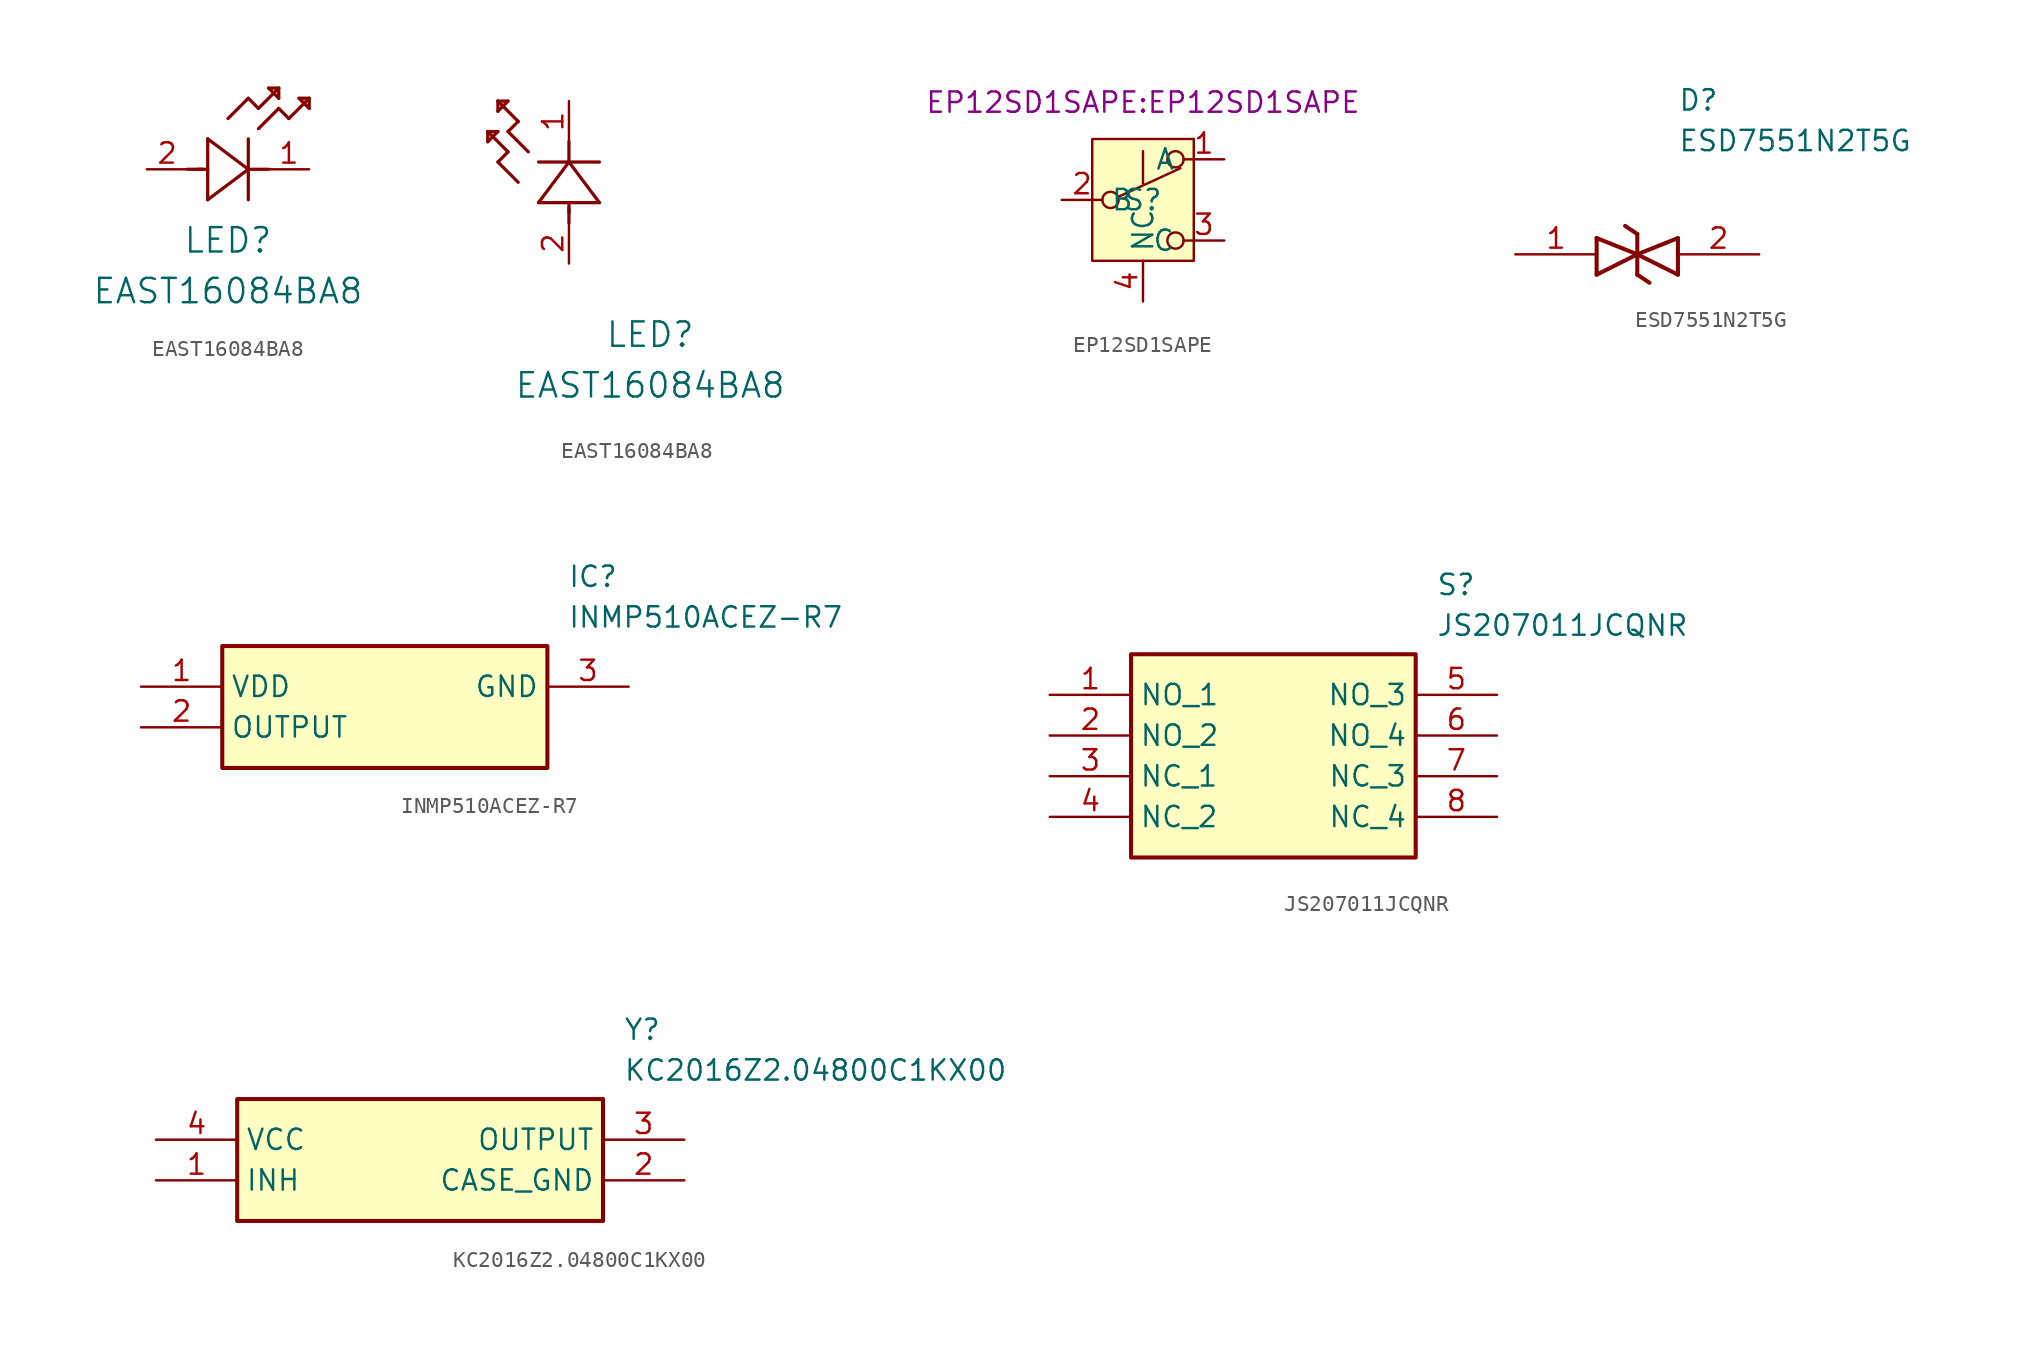
<source format=kicad_sym>
(kicad_symbol_lib
  (version 20231120)
  (generator "kicad_symbol_editor")
  (generator_version "8.0")
  (symbol "EAST16084BA8"
    (pin_names
      (offset 0.254))
    (property "Reference" "LED"
      (at 5.08 -4.445 0)
      (effects (font (size 1.524 1.524))))
    (property "Value" "EAST16084BA8"
      (at 5.08 -7.62 0)
      (effects (font (size 1.524 1.524))))
    (property "ki_locked" ""
      (at 0 0 0)
      (effects (font (size 1.27 1.27))))
    (symbol "EAST16084BA8_1_1"
      (polyline (pts (xy 2.54 0) (xy 3.48 0)) (stroke (width 0.203) (type default)) (fill (type none)))
      (polyline (pts (xy 3.175 0) (xy 3.81 0)) (stroke (width 0.203) (type default)) (fill (type none)))
      (polyline (pts (xy 3.81 -1.905) (xy 6.35 0)) (stroke (width 0.203) (type default)) (fill (type none)))
      (polyline (pts (xy 3.81 1.905) (xy 3.81 -1.905)) (stroke (width 0.203) (type default)) (fill (type none)))
      (polyline (pts (xy 5.08 3.175) (xy 6.35 4.445)) (stroke (width 0.203) (type default)) (fill (type none)))
      (polyline (pts (xy 6.35 -1.905) (xy 6.35 1.905)) (stroke (width 0.203) (type default)) (fill (type none)))
      (polyline (pts (xy 6.35 0) (xy 3.81 1.905)) (stroke (width 0.203) (type default)) (fill (type none)))
      (polyline (pts (xy 6.35 0) (xy 7.62 0)) (stroke (width 0.203) (type default)) (fill (type none)))
      (polyline (pts (xy 6.35 4.445) (xy 6.985 3.81)) (stroke (width 0.203) (type default)) (fill (type none)))
      (polyline (pts (xy 6.985 2.54) (xy 8.255 3.81)) (stroke (width 0.203) (type default)) (fill (type none)))
      (polyline (pts (xy 6.985 3.81) (xy 8.255 5.08)) (stroke (width 0.203) (type default)) (fill (type none)))
      (polyline (pts (xy 7.62 5.08) (xy 8.255 4.445)) (stroke (width 0.203) (type default)) (fill (type none)))
      (polyline (pts (xy 8.255 3.81) (xy 8.89 3.175)) (stroke (width 0.203) (type default)) (fill (type none)))
      (polyline (pts (xy 8.255 4.445) (xy 8.255 5.08)) (stroke (width 0.203) (type default)) (fill (type none)))
      (polyline (pts (xy 8.255 5.08) (xy 7.62 5.08)) (stroke (width 0.203) (type default)) (fill (type none)))
      (polyline (pts (xy 8.89 3.175) (xy 10.16 4.445)) (stroke (width 0.203) (type default)) (fill (type none)))
      (polyline (pts (xy 9.525 4.445) (xy 10.16 3.81)) (stroke (width 0.203) (type default)) (fill (type none)))
      (polyline (pts (xy 10.16 3.81) (xy 10.16 4.445)) (stroke (width 0.203) (type default)) (fill (type none)))
      (polyline (pts (xy 10.16 4.445) (xy 9.525 4.445)) (stroke (width 0.203) (type default)) (fill (type none)))
      (pin unspecified line (at 10.16 0 180) (length 2.54) (name "" (effects (font (size 1.27 1.27)))) (number "1" (effects (font (size 1.27 1.27)))))
      (pin unspecified line (at 0 0 0) (length 2.54) (name "" (effects (font (size 1.27 1.27)))) (number "2" (effects (font (size 1.27 1.27))))))
    (symbol "EAST16084BA8_1_2"
      (polyline (pts (xy -5.08 7.62) (xy -4.445 8.255)) (stroke (width 0.203) (type default)) (fill (type none)))
      (polyline (pts (xy -5.08 8.255) (xy -5.08 7.62)) (stroke (width 0.203) (type default)) (fill (type none)))
      (polyline (pts (xy -4.445 6.35) (xy -3.81 6.985)) (stroke (width 0.203) (type default)) (fill (type none)))
      (polyline (pts (xy -4.445 8.255) (xy -5.08 8.255)) (stroke (width 0.203) (type default)) (fill (type none)))
      (polyline (pts (xy -4.445 9.525) (xy -3.81 10.16)) (stroke (width 0.203) (type default)) (fill (type none)))
      (polyline (pts (xy -4.445 10.16) (xy -4.445 9.525)) (stroke (width 0.203) (type default)) (fill (type none)))
      (polyline (pts (xy -3.81 6.985) (xy -5.08 8.255)) (stroke (width 0.203) (type default)) (fill (type none)))
      (polyline (pts (xy -3.81 8.255) (xy -3.175 8.89)) (stroke (width 0.203) (type default)) (fill (type none)))
      (polyline (pts (xy -3.81 10.16) (xy -4.445 10.16)) (stroke (width 0.203) (type default)) (fill (type none)))
      (polyline (pts (xy -3.175 5.08) (xy -4.445 6.35)) (stroke (width 0.203) (type default)) (fill (type none)))
      (polyline (pts (xy -3.175 8.89) (xy -4.445 10.16)) (stroke (width 0.203) (type default)) (fill (type none)))
      (polyline (pts (xy -2.54 6.985) (xy -3.81 8.255)) (stroke (width 0.203) (type default)) (fill (type none)))
      (polyline (pts (xy -1.905 3.81) (xy 1.905 3.81)) (stroke (width 0.203) (type default)) (fill (type none)))
      (polyline (pts (xy 0 2.54) (xy 0 3.48)) (stroke (width 0.203) (type default)) (fill (type none)))
      (polyline (pts (xy 0 3.175) (xy 0 3.81)) (stroke (width 0.203) (type default)) (fill (type none)))
      (polyline (pts (xy 0 6.35) (xy -1.905 3.81)) (stroke (width 0.203) (type default)) (fill (type none)))
      (polyline (pts (xy 0 6.35) (xy 0 7.62)) (stroke (width 0.203) (type default)) (fill (type none)))
      (polyline (pts (xy 1.905 3.81) (xy 0 6.35)) (stroke (width 0.203) (type default)) (fill (type none)))
      (polyline (pts (xy 1.905 6.35) (xy -1.905 6.35)) (stroke (width 0.203) (type default)) (fill (type none)))
      (pin unspecified line (at 0 10.16 270) (length 2.54) (name "" (effects (font (size 1.27 1.27)))) (number "1" (effects (font (size 1.27 1.27)))))
      (pin unspecified line (at 0 0 90) (length 2.54) (name "" (effects (font (size 1.27 1.27)))) (number "2" (effects (font (size 1.27 1.27)))))))
  (symbol "EP12SD1SAPE"
    (property "Reference" "S"
      (at 0 0 0)
      (effects (font (size 1.27 1.27))))
    (property "Value" ""
      (at 0 0 0)
      (effects (font (size 1.27 1.27))))
    (property "Footprint" "EP12SD1SAPE:EP12SD1SAPE"
      (at 0 6.096 0)
      (effects (font (size 1.27 1.27))))
    (symbol "EP12SD1SAPE_0_0"
      (circle (center -2.032 0) (radius 0.508) (stroke (width 0) (type default)) (fill (type none)))
      (polyline (pts (xy 0 1.016) (xy 0 3.048)) (stroke (width 0) (type default)) (fill (type none)))
      (circle (center 2.032 -2.54) (radius 0.508) (stroke (width 0) (type default)) (fill (type none))))
    (symbol "EP12SD1SAPE_0_1"
      (polyline (pts (xy -1.524 0.203) (xy 2.337 1.981)) (stroke (width 0) (type default)) (fill (type none)))
      (circle (center 2.032 2.54) (radius 0.508) (stroke (width 0) (type default)) (fill (type none))))
    (symbol "EP12SD1SAPE_1_1"
      (rectangle (start -3.175 3.81) (end 3.175 -3.81) (stroke (width 0) (type default)) (fill (type background)))
      (pin passive line (at 5.08 2.54 180) (length 2.54) (name "A" (effects (font (size 1.27 1.27)))) (number "1" (effects (font (size 1.27 1.27)))))
      (pin passive line (at -5.08 0 0) (length 2.54) (name "B" (effects (font (size 1.27 1.27)))) (number "2" (effects (font (size 1.27 1.27)))))
      (pin passive line (at 5.08 -2.54 180) (length 2.54) (name "C" (effects (font (size 1.27 1.27)))) (number "3" (effects (font (size 1.27 1.27)))))
      (pin passive line (at 0 -6.35 90) (length 2.54) (name "NC" (effects (font (size 1.27 1.27)))) (number "4" (effects (font (size 1.27 1.27)))))))
  (symbol "ESD7551N2T5G"
    (pin_names hide)
    (property "Reference" "D"
      (at 12.7 8.89 0)
      (effects (font (size 1.27 1.27)) (justify left bottom)))
    (property "Value" "ESD7551N2T5G"
      (at 12.7 6.35 0)
      (effects (font (size 1.27 1.27)) (justify left bottom)))
    (symbol "ESD7551N2T5G_1_1"
      (polyline (pts (xy 7.62 1.016) (xy 7.62 -1.27)) (stroke (width 0.254) (type default)) (fill (type none)))
      (polyline (pts (xy 7.62 1.016) (xy 10.16 0)) (stroke (width 0.254) (type default)) (fill (type none)))
      (polyline (pts (xy 9.398 1.778) (xy 10.16 1.27)) (stroke (width 0.254) (type default)) (fill (type none)))
      (polyline (pts (xy 10.16 -1.27) (xy 10.16 1.27)) (stroke (width 0.254) (type default)) (fill (type none)))
      (polyline (pts (xy 10.16 -1.27) (xy 10.922 -1.778)) (stroke (width 0.254) (type default)) (fill (type none)))
      (polyline (pts (xy 10.16 0) (xy 7.62 -1.27)) (stroke (width 0.254) (type default)) (fill (type none)))
      (polyline (pts (xy 10.16 0) (xy 12.7 -1.27)) (stroke (width 0.254) (type default)) (fill (type none)))
      (polyline (pts (xy 12.7 1.016) (xy 10.16 0)) (stroke (width 0.254) (type default)) (fill (type none)))
      (polyline (pts (xy 12.7 1.016) (xy 12.7 -1.27)) (stroke (width 0.254) (type default)) (fill (type none)))
      (pin passive line (at 2.54 0 0) (length 5.08) (name "1" (effects (font (size 1.27 1.27)))) (number "1" (effects (font (size 1.27 1.27)))))
      (pin passive line (at 17.78 0 180) (length 5.08) (name "2" (effects (font (size 1.27 1.27)))) (number "2" (effects (font (size 1.27 1.27)))))))
  (symbol "INMP510ACEZ-R7"
    (property "Reference" "IC"
      (at 26.67 7.62 0)
      (effects (font (size 1.27 1.27)) (justify left top)))
    (property "Value" "INMP510ACEZ-R7"
      (at 26.67 5.08 0)
      (effects (font (size 1.27 1.27)) (justify left top)))
    (symbol "INMP510ACEZ-R7_1_1"
      (rectangle (start 5.08 2.54) (end 25.4 -5.08) (stroke (width 0.254) (type default)) (fill (type background)))
      (pin passive line (at 0 0 0) (length 5.08) (name "VDD" (effects (font (size 1.27 1.27)))) (number "1" (effects (font (size 1.27 1.27)))))
      (pin passive line (at 0 -2.54 0) (length 5.08) (name "OUTPUT" (effects (font (size 1.27 1.27)))) (number "2" (effects (font (size 1.27 1.27)))))
      (pin passive line (at 30.48 0 180) (length 5.08) (name "GND" (effects (font (size 1.27 1.27)))) (number "3" (effects (font (size 1.27 1.27)))))))
  (symbol "JS207011JCQNR"
    (property "Reference" "S"
      (at 24.13 7.62 0)
      (effects (font (size 1.27 1.27)) (justify left top)))
    (property "Value" "JS207011JCQNR"
      (at 24.13 5.08 0)
      (effects (font (size 1.27 1.27)) (justify left top)))
    (symbol "JS207011JCQNR_1_1"
      (rectangle (start 5.08 2.54) (end 22.86 -10.16) (stroke (width 0.254) (type default)) (fill (type background)))
      (pin passive line (at 0 0 0) (length 5.08) (name "NO_1" (effects (font (size 1.27 1.27)))) (number "1" (effects (font (size 1.27 1.27)))))
      (pin passive line (at 0 -2.54 0) (length 5.08) (name "NO_2" (effects (font (size 1.27 1.27)))) (number "2" (effects (font (size 1.27 1.27)))))
      (pin passive line (at 0 -5.08 0) (length 5.08) (name "NC_1" (effects (font (size 1.27 1.27)))) (number "3" (effects (font (size 1.27 1.27)))))
      (pin passive line (at 0 -7.62 0) (length 5.08) (name "NC_2" (effects (font (size 1.27 1.27)))) (number "4" (effects (font (size 1.27 1.27)))))
      (pin passive line (at 27.94 0 180) (length 5.08) (name "NO_3" (effects (font (size 1.27 1.27)))) (number "5" (effects (font (size 1.27 1.27)))))
      (pin passive line (at 27.94 -2.54 180) (length 5.08) (name "NO_4" (effects (font (size 1.27 1.27)))) (number "6" (effects (font (size 1.27 1.27)))))
      (pin passive line (at 27.94 -5.08 180) (length 5.08) (name "NC_3" (effects (font (size 1.27 1.27)))) (number "7" (effects (font (size 1.27 1.27)))))
      (pin passive line (at 27.94 -7.62 180) (length 5.08) (name "NC_4" (effects (font (size 1.27 1.27)))) (number "8" (effects (font (size 1.27 1.27)))))))
  (symbol "KC2016Z2.04800C1KX00"
    (property "Reference" "Y"
      (at 29.21 7.62 0)
      (effects (font (size 1.27 1.27)) (justify left top)))
    (property "Value" "KC2016Z2.04800C1KX00"
      (at 29.21 5.08 0)
      (effects (font (size 1.27 1.27)) (justify left top)))
    (symbol "KC2016Z2.04800C1KX00_1_1"
      (rectangle (start 5.08 2.54) (end 27.94 -5.08) (stroke (width 0.254) (type default)) (fill (type background)))
      (pin passive line (at 0 -2.54 0) (length 5.08) (name "INH" (effects (font (size 1.27 1.27)))) (number "1" (effects (font (size 1.27 1.27)))))
      (pin passive line (at 33.02 -2.54 180) (length 5.08) (name "CASE_GND" (effects (font (size 1.27 1.27)))) (number "2" (effects (font (size 1.27 1.27)))))
      (pin passive line (at 33.02 0 180) (length 5.08) (name "OUTPUT" (effects (font (size 1.27 1.27)))) (number "3" (effects (font (size 1.27 1.27)))))
      (pin passive line (at 0 0 0) (length 5.08) (name "VCC" (effects (font (size 1.27 1.27)))) (number "4" (effects (font (size 1.27 1.27))))))))
</source>
